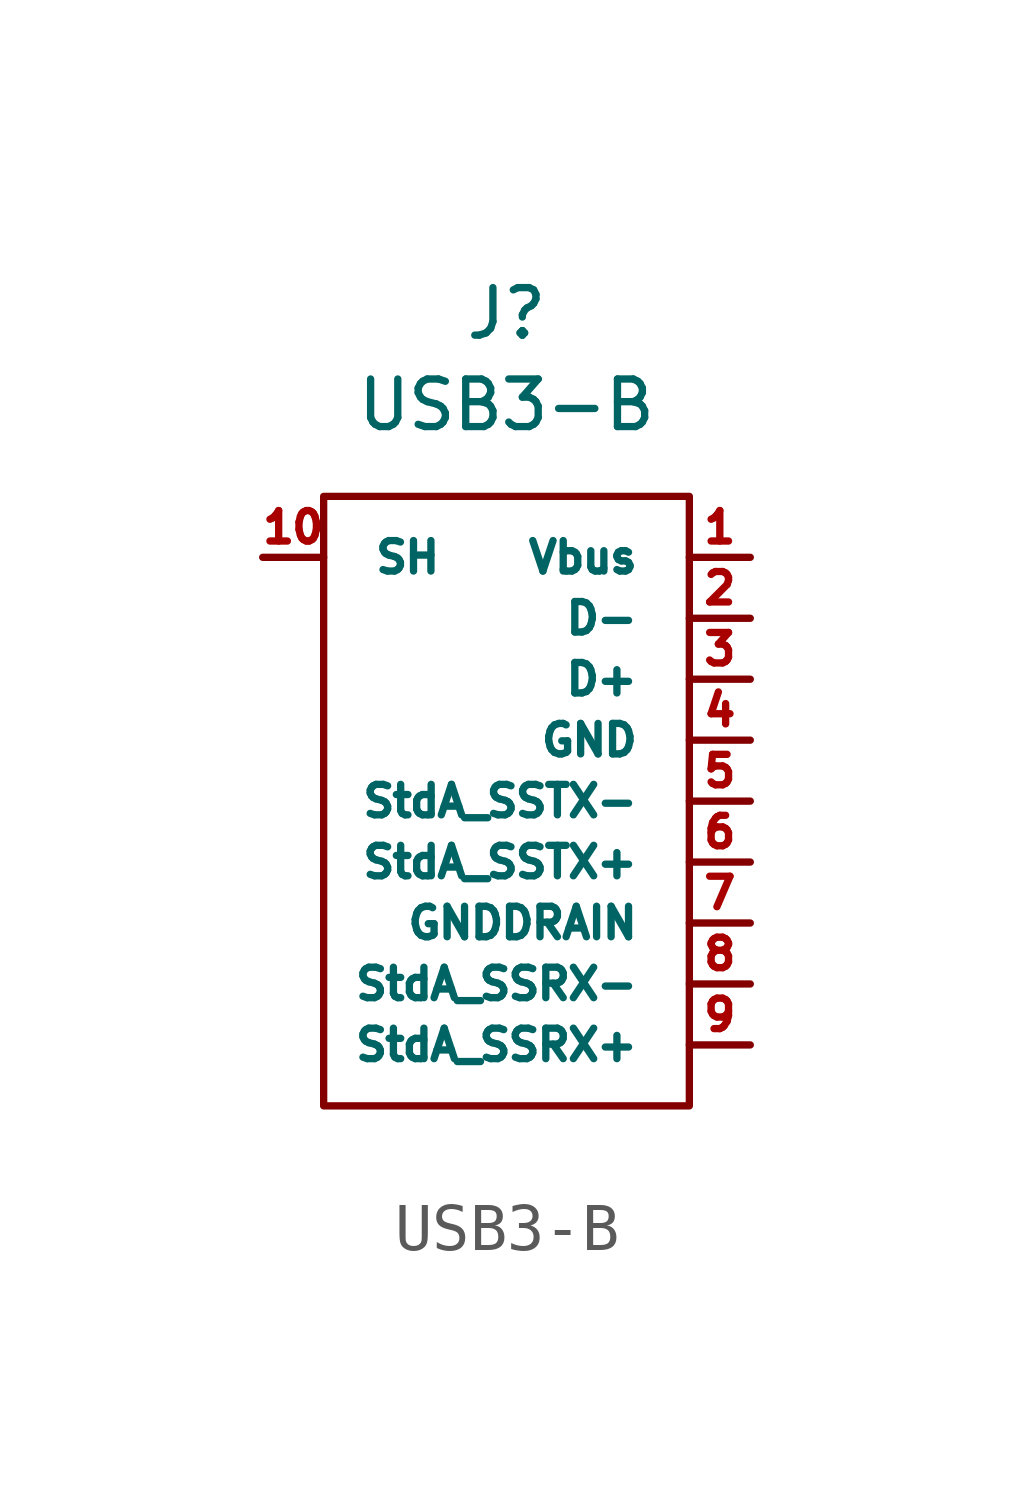
<source format=kicad_sym>
(kicad_symbol_lib
  (version 20211014)
  (generator kicad_symbol_editor)
  (symbol "USB3-B"
    (pin_names
      (offset 1.016))
    (property "Reference" "J"
      (at -3.81 10.16 0)
      (effects (font (size 0.991 0.991))))
    (property "Value" "USB3-B"
      (at -3.81 8.255 0)
      (effects (font (size 0.991 0.991))))
    (symbol "USB3-B_0_1"
      (rectangle (start 0 6.35) (end -7.62 -6.35) (stroke (width 0) (type default) (color 0 0 0 0)) (fill (type none))))
    (symbol "USB3-B_1_1"
      (pin power_in line (at 1.27 5.08 180) (length 1.27) (name "Vbus" (effects (font (size 0.635 0.635)))) (number "1" (effects (font (size 0.635 0.635)))))
      (pin passive line (at -8.89 5.08 0) (length 1.27) (name "SH" (effects (font (size 0.635 0.635)))) (number "10" (effects (font (size 0.635 0.635)))))
      (pin bidirectional line (at 1.27 3.81 180) (length 1.27) (name "D-" (effects (font (size 0.635 0.635)))) (number "2" (effects (font (size 0.635 0.635)))))
      (pin bidirectional line (at 1.27 2.54 180) (length 1.27) (name "D+" (effects (font (size 0.635 0.635)))) (number "3" (effects (font (size 0.635 0.635)))))
      (pin power_in line (at 1.27 1.27 180) (length 1.27) (name "GND" (effects (font (size 0.635 0.635)))) (number "4" (effects (font (size 0.635 0.635)))))
      (pin passive line (at 1.27 0 180) (length 1.27) (name "StdA_SSTX-" (effects (font (size 0.635 0.635)))) (number "5" (effects (font (size 0.635 0.635)))))
      (pin passive line (at 1.27 -1.27 180) (length 1.27) (name "StdA_SSTX+" (effects (font (size 0.635 0.635)))) (number "6" (effects (font (size 0.635 0.635)))))
      (pin power_in line (at 1.27 -2.54 180) (length 1.27) (name "GNDDRAIN" (effects (font (size 0.635 0.635)))) (number "7" (effects (font (size 0.635 0.635)))))
      (pin passive line (at 1.27 -3.81 180) (length 1.27) (name "StdA_SSRX-" (effects (font (size 0.635 0.635)))) (number "8" (effects (font (size 0.635 0.635)))))
      (pin passive line (at 1.27 -5.08 180) (length 1.27) (name "StdA_SSRX+" (effects (font (size 0.635 0.635)))) (number "9" (effects (font (size 0.635 0.635))))))))
</source>
